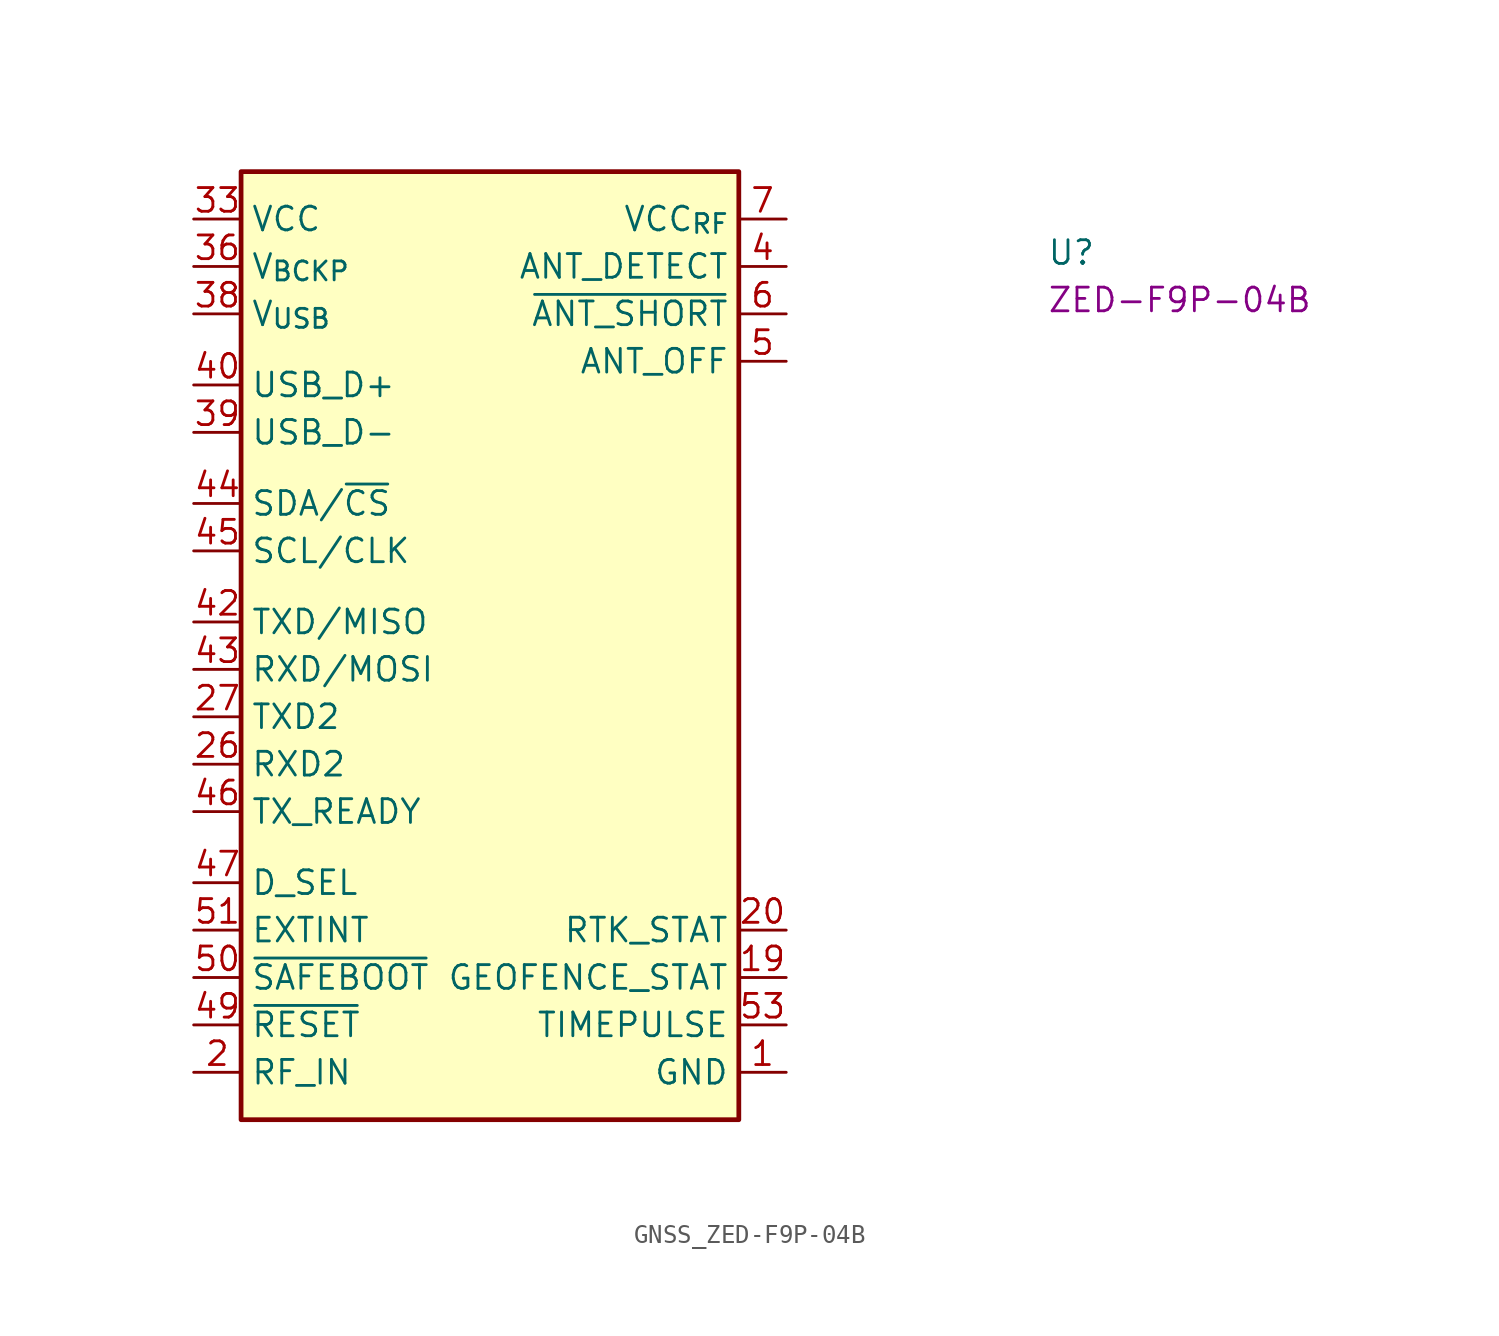
<source format=kicad_sym>
(kicad_symbol_lib
  (version 20220914)
  (generator kicad_symbol_editor)
  (symbol "GNSS_ZED-F9P-04B"
    (property "Reference" "U"
      (at 45.72 -2.54 0)
      (effects (font (size 1.27 1.27) (thickness 0.15)) (justify left bottom)))
    (property "MPN" "ZED-F9P-04B"
      (at 45.72 -5.08 0)
      (effects (font (size 1.27 1.27) (thickness 0.15)) (justify left bottom)))
    (symbol "GNSS_ZED-F9P-04B_1_1"
      (rectangle (start 2.54 2.54) (end 29.21 -48.26) (stroke (width 0.254) (type default)) (fill (type background)))
      (pin power_in line (at 31.75 -45.72 180) (length 2.54) (name "GND" (effects (font (size 1.27 1.27)))) (number "1" (effects (font (size 1.27 1.27)))))
      (pin no_connect line (at 29.21 -17.78 180) (length 2.54) hide (name "NC" (effects (font (size 1.27 1.27)))) (number "10" (effects (font (size 1.27 1.27)))))
      (pin no_connect line (at 29.21 -19.05 180) (length 2.54) hide (name "NC" (effects (font (size 1.27 1.27)))) (number "11" (effects (font (size 1.27 1.27)))))
      (pin passive line (at 31.75 -45.72 180) (length 2.54) hide (name "GND" (effects (font (size 1.27 1.27)))) (number "12" (effects (font (size 1.27 1.27)))))
      (pin no_connect line (at 29.21 -20.32 180) (length 2.54) hide (name "NC" (effects (font (size 1.27 1.27)))) (number "13" (effects (font (size 1.27 1.27)))))
      (pin passive line (at 31.75 -45.72 180) (length 2.54) hide (name "GND" (effects (font (size 1.27 1.27)))) (number "14" (effects (font (size 1.27 1.27)))))
      (pin no_connect line (at 29.21 -21.59 180) (length 2.54) hide (name "NC" (effects (font (size 1.27 1.27)))) (number "15" (effects (font (size 1.27 1.27)))))
      (pin no_connect line (at 29.21 -22.86 180) (length 2.54) hide (name "NC" (effects (font (size 1.27 1.27)))) (number "16" (effects (font (size 1.27 1.27)))))
      (pin no_connect line (at 29.21 -24.13 180) (length 2.54) hide (name "NC" (effects (font (size 1.27 1.27)))) (number "17" (effects (font (size 1.27 1.27)))))
      (pin no_connect line (at 29.21 -25.4 180) (length 2.54) hide (name "NC" (effects (font (size 1.27 1.27)))) (number "18" (effects (font (size 1.27 1.27)))))
      (pin output line (at 31.75 -40.64 180) (length 2.54) (name "GEOFENCE_STAT" (effects (font (size 1.27 1.27)))) (number "19" (effects (font (size 1.27 1.27)))))
      (pin passive line (at 0 -45.72 0) (length 2.54) (name "RF_IN" (effects (font (size 1.27 1.27)))) (number "2" (effects (font (size 1.27 1.27)))))
      (pin output line (at 31.75 -38.1 180) (length 2.54) (name "RTK_STAT" (effects (font (size 1.27 1.27)))) (number "20" (effects (font (size 1.27 1.27)))))
      (pin no_connect line (at 29.21 -26.67 180) (length 2.54) hide (name "NC" (effects (font (size 1.27 1.27)))) (number "21" (effects (font (size 1.27 1.27)))))
      (pin no_connect line (at 29.21 -27.94 180) (length 2.54) hide (name "NC" (effects (font (size 1.27 1.27)))) (number "22" (effects (font (size 1.27 1.27)))))
      (pin no_connect line (at 29.21 -29.21 180) (length 2.54) hide (name "NC" (effects (font (size 1.27 1.27)))) (number "23" (effects (font (size 1.27 1.27)))))
      (pin no_connect line (at 29.21 -30.48 180) (length 2.54) hide (name "NC" (effects (font (size 1.27 1.27)))) (number "24" (effects (font (size 1.27 1.27)))))
      (pin no_connect line (at 29.21 -31.75 180) (length 2.54) hide (name "NC" (effects (font (size 1.27 1.27)))) (number "25" (effects (font (size 1.27 1.27)))))
      (pin input line (at 0 -29.21 0) (length 2.54) (name "RXD2" (effects (font (size 1.27 1.27)))) (number "26" (effects (font (size 1.27 1.27)))))
      (pin bidirectional line (at 0 -26.67 0) (length 2.54) (name "TXD2" (effects (font (size 1.27 1.27)))) (number "27" (effects (font (size 1.27 1.27)))))
      (pin no_connect line (at 29.21 -33.02 180) (length 2.54) hide (name "NC" (effects (font (size 1.27 1.27)))) (number "28" (effects (font (size 1.27 1.27)))))
      (pin no_connect line (at 29.21 -16.51 180) (length 2.54) hide (name "NC" (effects (font (size 1.27 1.27)))) (number "29" (effects (font (size 1.27 1.27)))))
      (pin passive line (at 31.75 -45.72 180) (length 2.54) hide (name "GND" (effects (font (size 1.27 1.27)))) (number "3" (effects (font (size 1.27 1.27)))))
      (pin no_connect line (at 29.21 -34.29 180) (length 2.54) hide (name "NC" (effects (font (size 1.27 1.27)))) (number "30" (effects (font (size 1.27 1.27)))))
      (pin no_connect line (at 29.21 -15.24 180) (length 2.54) hide (name "NC" (effects (font (size 1.27 1.27)))) (number "31" (effects (font (size 1.27 1.27)))))
      (pin passive line (at 31.75 -45.72 180) (length 2.54) hide (name "GND" (effects (font (size 1.27 1.27)))) (number "32" (effects (font (size 1.27 1.27)))))
      (pin power_in line (at 0 0 0) (length 2.54) (name "VCC" (effects (font (size 1.27 1.27)))) (number "33" (effects (font (size 1.27 1.27)))))
      (pin passive line (at 0 0 0) (length 2.54) hide (name "VCC" (effects (font (size 1.27 1.27)))) (number "34" (effects (font (size 1.27 1.27)))))
      (pin no_connect line (at 29.21 -35.56 180) (length 2.54) hide (name "NC" (effects (font (size 1.27 1.27)))) (number "35" (effects (font (size 1.27 1.27)))))
      (pin power_in line (at 0 -2.54 0) (length 2.54) (name "V_{BCKP}" (effects (font (size 1.27 1.27)))) (number "36" (effects (font (size 1.27 1.27)))))
      (pin passive line (at 31.75 -45.72 180) (length 2.54) hide (name "GND" (effects (font (size 1.27 1.27)))) (number "37" (effects (font (size 1.27 1.27)))))
      (pin power_in line (at 0 -5.08 0) (length 2.54) (name "V_{USB}" (effects (font (size 1.27 1.27)))) (number "38" (effects (font (size 1.27 1.27)))))
      (pin bidirectional line (at 0 -11.43 0) (length 2.54) (name "USB_D-" (effects (font (size 1.27 1.27)))) (number "39" (effects (font (size 1.27 1.27)))))
      (pin input line (at 31.75 -2.54 180) (length 2.54) (name "ANT_DETECT" (effects (font (size 1.27 1.27)))) (number "4" (effects (font (size 1.27 1.27)))))
      (pin bidirectional line (at 0 -8.89 0) (length 2.54) (name "USB_D+" (effects (font (size 1.27 1.27)))) (number "40" (effects (font (size 1.27 1.27)))))
      (pin passive line (at 31.75 -45.72 180) (length 2.54) hide (name "GND" (effects (font (size 1.27 1.27)))) (number "41" (effects (font (size 1.27 1.27)))))
      (pin output line (at 0 -21.59 0) (length 2.54) (name "TXD/MISO" (effects (font (size 1.27 1.27)))) (number "42" (effects (font (size 1.27 1.27)))))
      (pin input line (at 0 -24.13 0) (length 2.54) (name "RXD/MOSI" (effects (font (size 1.27 1.27)))) (number "43" (effects (font (size 1.27 1.27)))))
      (pin bidirectional line (at 0 -15.24 0) (length 2.54) (name "SDA/~{CS}" (effects (font (size 1.27 1.27)))) (number "44" (effects (font (size 1.27 1.27)))))
      (pin bidirectional line (at 0 -17.78 0) (length 2.54) (name "SCL/CLK" (effects (font (size 1.27 1.27)))) (number "45" (effects (font (size 1.27 1.27)))))
      (pin output line (at 0 -31.75 0) (length 2.54) (name "TX_READY" (effects (font (size 1.27 1.27)))) (number "46" (effects (font (size 1.27 1.27)))))
      (pin input line (at 0 -35.56 0) (length 2.54) (name "D_SEL" (effects (font (size 1.27 1.27)))) (number "47" (effects (font (size 1.27 1.27)))))
      (pin passive line (at 31.75 -45.72 180) (length 2.54) hide (name "GND" (effects (font (size 1.27 1.27)))) (number "48" (effects (font (size 1.27 1.27)))))
      (pin input line (at 0 -43.18 0) (length 2.54) (name "~{RESET}" (effects (font (size 1.27 1.27)))) (number "49" (effects (font (size 1.27 1.27)))))
      (pin output line (at 31.75 -7.62 180) (length 2.54) (name "ANT_OFF" (effects (font (size 1.27 1.27)))) (number "5" (effects (font (size 1.27 1.27)))))
      (pin input line (at 0 -40.64 0) (length 2.54) (name "~{SAFEBOOT}" (effects (font (size 1.27 1.27)))) (number "50" (effects (font (size 1.27 1.27)))))
      (pin input line (at 0 -38.1 0) (length 2.54) (name "EXTINT" (effects (font (size 1.27 1.27)))) (number "51" (effects (font (size 1.27 1.27)))))
      (pin no_connect line (at 29.21 -10.16 180) (length 2.54) hide (name "NC" (effects (font (size 1.27 1.27)))) (number "52" (effects (font (size 1.27 1.27)))))
      (pin output line (at 31.75 -43.18 180) (length 2.54) (name "TIMEPULSE" (effects (font (size 1.27 1.27)))) (number "53" (effects (font (size 1.27 1.27)))))
      (pin no_connect line (at 29.21 -11.43 180) (length 2.54) hide (name "NC" (effects (font (size 1.27 1.27)))) (number "54" (effects (font (size 1.27 1.27)))))
      (pin passive line (at 31.75 -45.72 180) (length 2.54) hide (name "GND" (effects (font (size 1.27 1.27)))) (number "55" (effects (font (size 1.27 1.27)))))
      (pin input line (at 31.75 -5.08 180) (length 2.54) (name "~{ANT_SHORT}" (effects (font (size 1.27 1.27)))) (number "6" (effects (font (size 1.27 1.27)))))
      (pin power_out line (at 31.75 0 180) (length 2.54) (name "VCC_{RF}" (effects (font (size 1.27 1.27)))) (number "7" (effects (font (size 1.27 1.27)))))
      (pin no_connect line (at 29.21 -12.7 180) (length 2.54) hide (name "NC" (effects (font (size 1.27 1.27)))) (number "8" (effects (font (size 1.27 1.27)))))
      (pin no_connect line (at 29.21 -13.97 180) (length 2.54) hide (name "NC" (effects (font (size 1.27 1.27)))) (number "9" (effects (font (size 1.27 1.27))))))))
</source>
